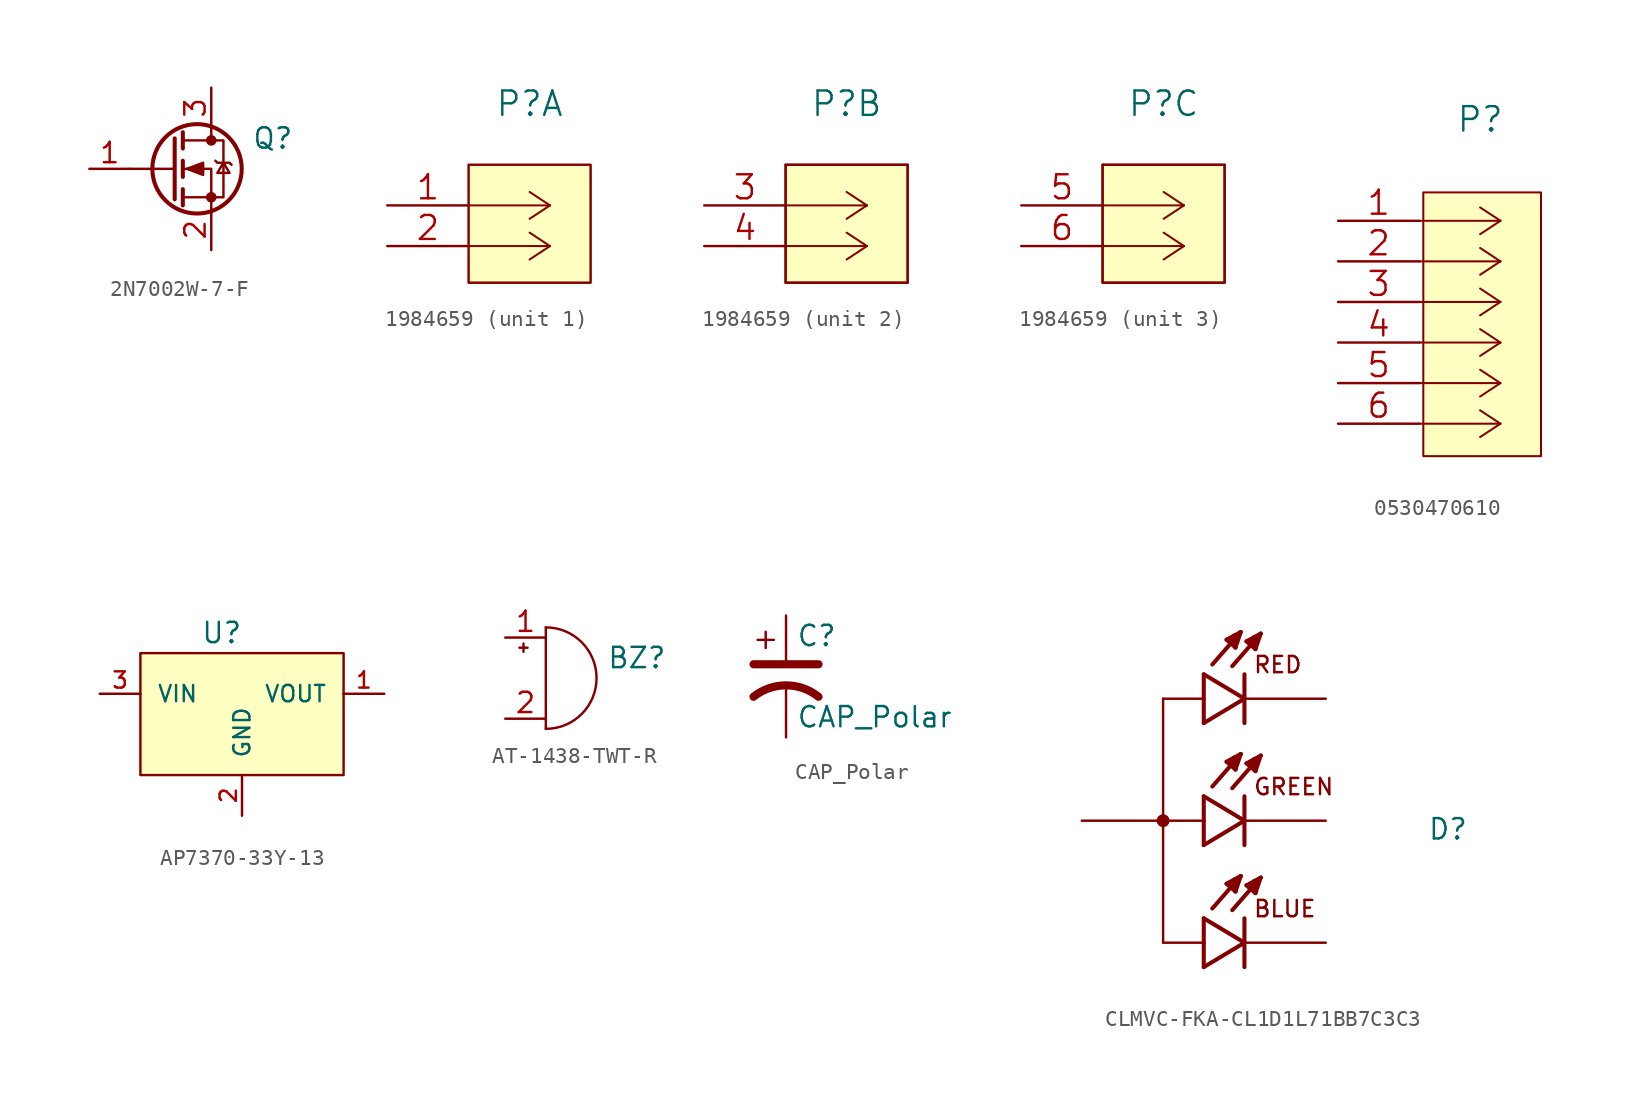
<source format=kicad_sym>
(kicad_symbol_lib
  (version 20220914)
  (generator kicad_symbol_editor)
  (symbol "2N7002W-7-F"
    (pin_names hide)
    (property "Reference" "Q"
      (at 5.08 1.905 0)
      (effects (font (size 1.27 1.27)) (justify left)))
    (symbol "2N7002W-7-F_0_1"
      (polyline (pts (xy 0.254 0) (xy -2.54 0)) (stroke (width 0) (type default)) (fill (type none)))
      (polyline (pts (xy 0.254 1.905) (xy 0.254 -1.905)) (stroke (width 0.254) (type default)) (fill (type none)))
      (polyline (pts (xy 0.762 -1.27) (xy 0.762 -2.286)) (stroke (width 0.254) (type default)) (fill (type none)))
      (polyline (pts (xy 0.762 0.508) (xy 0.762 -0.508)) (stroke (width 0.254) (type default)) (fill (type none)))
      (polyline (pts (xy 0.762 2.286) (xy 0.762 1.27)) (stroke (width 0.254) (type default)) (fill (type none)))
      (polyline (pts (xy 2.54 2.54) (xy 2.54 1.778)) (stroke (width 0) (type default)) (fill (type none)))
      (polyline (pts (xy 2.54 -2.54) (xy 2.54 0) (xy 0.762 0)) (stroke (width 0) (type default)) (fill (type none)))
      (polyline (pts (xy 0.762 -1.778) (xy 3.302 -1.778) (xy 3.302 1.778) (xy 0.762 1.778)) (stroke (width 0) (type default)) (fill (type none)))
      (polyline (pts (xy 1.016 0) (xy 2.032 0.381) (xy 2.032 -0.381) (xy 1.016 0)) (stroke (width 0) (type default)) (fill (type outline)))
      (polyline (pts (xy 2.794 0.508) (xy 2.921 0.381) (xy 3.683 0.381) (xy 3.81 0.254)) (stroke (width 0) (type default)) (fill (type none)))
      (polyline (pts (xy 3.302 0.381) (xy 2.921 -0.254) (xy 3.683 -0.254) (xy 3.302 0.381)) (stroke (width 0) (type default)) (fill (type none)))
      (circle (center 1.651 0) (radius 2.794) (stroke (width 0.254) (type default)) (fill (type none)))
      (circle (center 2.54 -1.778) (radius 0.254) (stroke (width 0) (type default)) (fill (type outline)))
      (circle (center 2.54 1.778) (radius 0.254) (stroke (width 0) (type default)) (fill (type outline))))
    (symbol "2N7002W-7-F_1_1"
      (pin input line (at -5.08 0 0) (length 2.54) (name "G" (effects (font (size 1.27 1.27)))) (number "1" (effects (font (size 1.27 1.27)))))
      (pin passive line (at 2.54 -5.08 90) (length 2.54) (name "S" (effects (font (size 1.27 1.27)))) (number "2" (effects (font (size 1.27 1.27)))))
      (pin passive line (at 2.54 5.08 270) (length 2.54) (name "D" (effects (font (size 1.27 1.27)))) (number "3" (effects (font (size 1.27 1.27)))))))
  (symbol "1984659"
    (pin_names
      (offset 0.254) hide)
    (property "Reference" "P"
      (at 8.89 6.35 0)
      (effects (font (size 1.524 1.524))))
    (symbol "1984659_0_1"
      (rectangle (start 5.08 2.54) (end 12.7 -4.826) (stroke (width 0.152) (type default)) (fill (type background))))
    (symbol "1984659_1_1"
      (polyline (pts (xy 10.16 -2.54) (xy 5.08 -2.54)) (stroke (width 0.127) (type default)) (fill (type none)))
      (polyline (pts (xy 10.16 -2.54) (xy 8.89 -3.378)) (stroke (width 0.127) (type default)) (fill (type none)))
      (polyline (pts (xy 10.16 -2.54) (xy 8.89 -1.702)) (stroke (width 0.127) (type default)) (fill (type none)))
      (polyline (pts (xy 10.16 0) (xy 5.08 0)) (stroke (width 0.127) (type default)) (fill (type none)))
      (polyline (pts (xy 10.16 0) (xy 8.89 -0.838)) (stroke (width 0.127) (type default)) (fill (type none)))
      (polyline (pts (xy 10.16 0) (xy 8.89 0.838)) (stroke (width 0.127) (type default)) (fill (type none)))
      (pin passive line (at 0 0 0) (length 5.08) (name "5" (effects (font (size 1.499 1.499)))) (number "1" (effects (font (size 1.499 1.499)))))
      (pin passive line (at 0 -2.54 0) (length 5.08) (name "6" (effects (font (size 1.499 1.499)))) (number "2" (effects (font (size 1.499 1.499))))))
    (symbol "1984659_2_1"
      (polyline (pts (xy 5.08 2.54) (xy 5.08 -4.826)) (stroke (width 0.127) (type default)) (fill (type none)))
      (polyline (pts (xy 10.16 -2.54) (xy 5.08 -2.54)) (stroke (width 0.127) (type default)) (fill (type none)))
      (polyline (pts (xy 10.16 -2.54) (xy 8.89 -3.378)) (stroke (width 0.127) (type default)) (fill (type none)))
      (polyline (pts (xy 10.16 -2.54) (xy 8.89 -1.702)) (stroke (width 0.127) (type default)) (fill (type none)))
      (polyline (pts (xy 10.16 0) (xy 5.08 0)) (stroke (width 0.127) (type default)) (fill (type none)))
      (polyline (pts (xy 10.16 0) (xy 8.89 -0.838)) (stroke (width 0.127) (type default)) (fill (type none)))
      (polyline (pts (xy 10.16 0) (xy 8.89 0.838)) (stroke (width 0.127) (type default)) (fill (type none)))
      (polyline (pts (xy 12.7 -4.826) (xy 12.7 2.54)) (stroke (width 0.127) (type default)) (fill (type none)))
      (polyline (pts (xy 12.7 2.54) (xy 5.08 2.54)) (stroke (width 0.127) (type default)) (fill (type none)))
      (polyline (pts (xy 5.08 -4.826) (xy 8.382 -4.826) (xy 12.7 -4.826)) (stroke (width 0.127) (type default)) (fill (type none)))
      (pin passive line (at 0 0 0) (length 5.08) (name "5" (effects (font (size 1.499 1.499)))) (number "3" (effects (font (size 1.499 1.499)))))
      (pin passive line (at 0 -2.54 0) (length 5.08) (name "6" (effects (font (size 1.499 1.499)))) (number "4" (effects (font (size 1.499 1.499))))))
    (symbol "1984659_3_1"
      (polyline (pts (xy 5.08 2.54) (xy 5.08 -4.826)) (stroke (width 0.127) (type default)) (fill (type none)))
      (polyline (pts (xy 10.16 -2.54) (xy 5.08 -2.54)) (stroke (width 0.127) (type default)) (fill (type none)))
      (polyline (pts (xy 10.16 -2.54) (xy 8.89 -3.378)) (stroke (width 0.127) (type default)) (fill (type none)))
      (polyline (pts (xy 10.16 -2.54) (xy 8.89 -1.702)) (stroke (width 0.127) (type default)) (fill (type none)))
      (polyline (pts (xy 10.16 0) (xy 5.08 0)) (stroke (width 0.127) (type default)) (fill (type none)))
      (polyline (pts (xy 10.16 0) (xy 8.89 -0.838)) (stroke (width 0.127) (type default)) (fill (type none)))
      (polyline (pts (xy 10.16 0) (xy 8.89 0.838)) (stroke (width 0.127) (type default)) (fill (type none)))
      (polyline (pts (xy 12.7 -4.826) (xy 12.7 2.54)) (stroke (width 0.127) (type default)) (fill (type none)))
      (polyline (pts (xy 12.7 2.54) (xy 5.08 2.54)) (stroke (width 0.127) (type default)) (fill (type none)))
      (polyline (pts (xy 5.08 -4.826) (xy 8.382 -4.826) (xy 12.7 -4.826)) (stroke (width 0.127) (type default)) (fill (type none)))
      (pin passive line (at 0 0 0) (length 5.08) (name "5" (effects (font (size 1.499 1.499)))) (number "5" (effects (font (size 1.499 1.499)))))
      (pin passive line (at 0 -2.54 0) (length 5.08) (name "6" (effects (font (size 1.499 1.499)))) (number "6" (effects (font (size 1.499 1.499)))))))
  (symbol "0530470610"
    (pin_names
      (offset 0.254) hide)
    (property "Reference" "P"
      (at 8.89 6.35 0)
      (effects (font (size 1.524 1.524))))
    (symbol "0530470610_1_1"
      (polyline (pts (xy 10.16 -12.7) (xy 5.08 -12.7)) (stroke (width 0.127) (type default)) (fill (type none)))
      (polyline (pts (xy 10.16 -12.7) (xy 8.89 -13.538)) (stroke (width 0.127) (type default)) (fill (type none)))
      (polyline (pts (xy 10.16 -12.7) (xy 8.89 -11.862)) (stroke (width 0.127) (type default)) (fill (type none)))
      (polyline (pts (xy 10.16 -10.16) (xy 5.08 -10.16)) (stroke (width 0.127) (type default)) (fill (type none)))
      (polyline (pts (xy 10.16 -10.16) (xy 8.89 -10.998)) (stroke (width 0.127) (type default)) (fill (type none)))
      (polyline (pts (xy 10.16 -10.16) (xy 8.89 -9.322)) (stroke (width 0.127) (type default)) (fill (type none)))
      (polyline (pts (xy 10.16 -7.62) (xy 5.08 -7.62)) (stroke (width 0.127) (type default)) (fill (type none)))
      (polyline (pts (xy 10.16 -7.62) (xy 8.89 -8.458)) (stroke (width 0.127) (type default)) (fill (type none)))
      (polyline (pts (xy 10.16 -7.62) (xy 8.89 -6.782)) (stroke (width 0.127) (type default)) (fill (type none)))
      (polyline (pts (xy 10.16 -5.08) (xy 5.08 -5.08)) (stroke (width 0.127) (type default)) (fill (type none)))
      (polyline (pts (xy 10.16 -5.08) (xy 8.89 -5.918)) (stroke (width 0.127) (type default)) (fill (type none)))
      (polyline (pts (xy 10.16 -5.08) (xy 8.89 -4.242)) (stroke (width 0.127) (type default)) (fill (type none)))
      (polyline (pts (xy 10.16 -2.54) (xy 5.08 -2.54)) (stroke (width 0.127) (type default)) (fill (type none)))
      (polyline (pts (xy 10.16 -2.54) (xy 8.89 -3.378)) (stroke (width 0.127) (type default)) (fill (type none)))
      (polyline (pts (xy 10.16 -2.54) (xy 8.89 -1.702)) (stroke (width 0.127) (type default)) (fill (type none)))
      (polyline (pts (xy 10.16 0) (xy 5.08 0)) (stroke (width 0.127) (type default)) (fill (type none)))
      (polyline (pts (xy 10.16 0) (xy 8.89 -0.838)) (stroke (width 0.127) (type default)) (fill (type none)))
      (polyline (pts (xy 10.16 0) (xy 8.89 0.838)) (stroke (width 0.127) (type default)) (fill (type none)))
      (rectangle (start 5.334 1.778) (end 12.7 -14.732) (stroke (width 0.127) (type default)) (fill (type background)))
      (pin passive line (at 0 0 0) (length 5.08) (name "1" (effects (font (size 1.499 1.499)))) (number "1" (effects (font (size 1.499 1.499)))))
      (pin passive line (at 0 -2.54 0) (length 5.08) (name "2" (effects (font (size 1.499 1.499)))) (number "2" (effects (font (size 1.499 1.499)))))
      (pin passive line (at 0 -5.08 0) (length 5.08) (name "3" (effects (font (size 1.499 1.499)))) (number "3" (effects (font (size 1.499 1.499)))))
      (pin passive line (at 0 -7.62 0) (length 5.08) (name "4" (effects (font (size 1.499 1.499)))) (number "4" (effects (font (size 1.499 1.499)))))
      (pin passive line (at 0 -10.16 0) (length 5.08) (name "5" (effects (font (size 1.499 1.499)))) (number "5" (effects (font (size 1.499 1.499)))))
      (pin passive line (at 0 -12.7 0) (length 5.08) (name "6" (effects (font (size 1.499 1.499)))) (number "6" (effects (font (size 1.499 1.499)))))))
  (symbol "AP7370-33Y-13"
    (pin_names
      (offset 1.016))
    (property "Reference" "U"
      (at -1.27 5.08 0)
      (effects (font (size 1.27 1.27))))
    (symbol "AP7370-33Y-13_0_1"
      (rectangle (start -6.35 3.81) (end 6.35 -3.81) (stroke (width 0) (type default)) (fill (type background))))
    (symbol "AP7370-33Y-13_1_1"
      (pin power_out line (at 8.89 1.27 180) (length 2.54) (name "VOUT" (effects (font (size 1.016 1.016)))) (number "1" (effects (font (size 1.016 1.016)))))
      (pin input line (at 0 -6.35 90) (length 2.54) (name "GND" (effects (font (size 1.016 1.016)))) (number "2" (effects (font (size 1.016 1.016)))))
      (pin input line (at -8.89 1.27 0) (length 2.54) (name "VIN" (effects (font (size 1.016 1.016)))) (number "3" (effects (font (size 1.016 1.016)))))))
  (symbol "AT-1438-TWT-R"
    (pin_names
      (offset 0.025) hide)
    (property "Reference" "BZ"
      (at 3.81 1.27 0)
      (effects (font (size 1.27 1.27)) (justify left)))
    (symbol "AT-1438-TWT-R_0_1"
      (arc (start 0 -3.175) (mid 3.1612 0) (end 0 3.175) (stroke (width 0) (type default)) (fill (type none)))
      (polyline (pts (xy -1.651 1.905) (xy -1.143 1.905)) (stroke (width 0) (type default)) (fill (type none)))
      (polyline (pts (xy -1.397 2.159) (xy -1.397 1.651)) (stroke (width 0) (type default)) (fill (type none)))
      (polyline (pts (xy 0 3.175) (xy 0 -3.175)) (stroke (width 0) (type default)) (fill (type none))))
    (symbol "AT-1438-TWT-R_1_1"
      (pin passive line (at -2.54 2.54 0) (length 2.54) (name "-" (effects (font (size 1.27 1.27)))) (number "1" (effects (font (size 1.27 1.27)))))
      (pin passive line (at -2.54 -2.54 0) (length 2.54) (name "+" (effects (font (size 1.27 1.27)))) (number "2" (effects (font (size 1.27 1.27)))))))
  (symbol "CAP_Polar"
    (pin_numbers hide)
    (pin_names
      (offset 0.254) hide)
    (property "Reference" "C"
      (at 0.635 2.54 0)
      (effects (font (size 1.27 1.27)) (justify left)))
    (property "Value" "CAP_Polar"
      (at 0.635 -2.54 0)
      (effects (font (size 1.27 1.27)) (justify left)))
    (symbol "CAP_Polar_0_1"
      (polyline (pts (xy -2.032 0.762) (xy 2.032 0.762)) (stroke (width 0.508) (type default)) (fill (type none)))
      (polyline (pts (xy -1.778 2.286) (xy -0.762 2.286)) (stroke (width 0) (type default)) (fill (type none)))
      (polyline (pts (xy -1.27 1.778) (xy -1.27 2.794)) (stroke (width 0) (type default)) (fill (type none)))
      (arc (start 2.032 -1.27) (mid 0 -0.5572) (end -2.032 -1.27) (stroke (width 0.508) (type default)) (fill (type none))))
    (symbol "CAP_Polar_1_1"
      (pin passive line (at 0 3.81 270) (length 2.794) (name "~" (effects (font (size 1.27 1.27)))) (number "1" (effects (font (size 1.27 1.27)))))
      (pin passive line (at 0 -3.81 90) (length 3.302) (name "~" (effects (font (size 1.27 1.27)))) (number "2" (effects (font (size 1.27 1.27)))))))
  (symbol "CLMVC-FKA-CL1D1L71BB7C3C3"
    (pin_numbers hide)
    (pin_names
      (offset 1.016) hide)
    (property "Reference" "D"
      (at 13.97 -1.27 0)
      (effects (font (size 1.27 1.27)) (justify left bottom)))
    (symbol "CLMVC-FKA-CL1D1L71BB7C3C3_0_0"
      (circle (center -2.54 0) (radius 0.203) (stroke (width 0.406) (type default)) (fill (type none)))
      (polyline (pts (xy -2.54 -7.62) (xy 0 -7.62)) (stroke (width 0.152) (type default)) (fill (type none)))
      (polyline (pts (xy -2.54 0) (xy -2.54 -7.62)) (stroke (width 0.152) (type default)) (fill (type none)))
      (polyline (pts (xy -2.54 7.62) (xy -2.54 0)) (stroke (width 0.152) (type default)) (fill (type none)))
      (polyline (pts (xy 0 -9.144) (xy 2.54 -7.62)) (stroke (width 0.254) (type default)) (fill (type none)))
      (polyline (pts (xy 0 -7.62) (xy 0 -9.144)) (stroke (width 0.254) (type default)) (fill (type none)))
      (polyline (pts (xy 0 -6.096) (xy 0 -7.62)) (stroke (width 0.254) (type default)) (fill (type none)))
      (polyline (pts (xy 0 -1.524) (xy 2.54 0)) (stroke (width 0.254) (type default)) (fill (type none)))
      (polyline (pts (xy 0 0) (xy -2.54 0)) (stroke (width 0.152) (type default)) (fill (type none)))
      (polyline (pts (xy 0 0) (xy 0 -1.524)) (stroke (width 0.254) (type default)) (fill (type none)))
      (polyline (pts (xy 0 1.524) (xy 0 0)) (stroke (width 0.254) (type default)) (fill (type none)))
      (polyline (pts (xy 0 6.096) (xy 2.54 7.62)) (stroke (width 0.254) (type default)) (fill (type none)))
      (polyline (pts (xy 0 7.62) (xy -2.54 7.62)) (stroke (width 0.152) (type default)) (fill (type none)))
      (polyline (pts (xy 0 7.62) (xy 0 6.096)) (stroke (width 0.254) (type default)) (fill (type none)))
      (polyline (pts (xy 0 9.144) (xy 0 7.62)) (stroke (width 0.254) (type default)) (fill (type none)))
      (polyline (pts (xy 1.422 -3.937) (xy 2.311 -3.454)) (stroke (width 0.254) (type default)) (fill (type none)))
      (polyline (pts (xy 1.422 3.683) (xy 2.311 4.166)) (stroke (width 0.254) (type default)) (fill (type none)))
      (polyline (pts (xy 1.422 11.303) (xy 2.311 11.786)) (stroke (width 0.254) (type default)) (fill (type none)))
      (polyline (pts (xy 1.6 -4.013) (xy 1.829 -3.861)) (stroke (width 0.254) (type default)) (fill (type none)))
      (polyline (pts (xy 1.6 3.607) (xy 1.829 3.759)) (stroke (width 0.254) (type default)) (fill (type none)))
      (polyline (pts (xy 1.6 11.227) (xy 1.829 11.379)) (stroke (width 0.254) (type default)) (fill (type none)))
      (polyline (pts (xy 1.981 -4.42) (xy 1.422 -3.937)) (stroke (width 0.254) (type default)) (fill (type none)))
      (polyline (pts (xy 1.981 -4.42) (xy 2.007 -3.683)) (stroke (width 0.254) (type default)) (fill (type none)))
      (polyline (pts (xy 1.981 3.2) (xy 1.422 3.683)) (stroke (width 0.254) (type default)) (fill (type none)))
      (polyline (pts (xy 1.981 3.2) (xy 2.007 3.937)) (stroke (width 0.254) (type default)) (fill (type none)))
      (polyline (pts (xy 1.981 10.82) (xy 1.422 11.303)) (stroke (width 0.254) (type default)) (fill (type none)))
      (polyline (pts (xy 1.981 10.82) (xy 2.007 11.557)) (stroke (width 0.254) (type default)) (fill (type none)))
      (polyline (pts (xy 2.007 -3.683) (xy 1.88 -3.683)) (stroke (width 0.254) (type default)) (fill (type none)))
      (polyline (pts (xy 2.007 3.937) (xy 1.88 3.937)) (stroke (width 0.254) (type default)) (fill (type none)))
      (polyline (pts (xy 2.007 11.557) (xy 1.88 11.557)) (stroke (width 0.254) (type default)) (fill (type none)))
      (polyline (pts (xy 2.311 -3.454) (xy 0.533 -5.486)) (stroke (width 0.254) (type default)) (fill (type none)))
      (polyline (pts (xy 2.311 -3.454) (xy 1.981 -4.42)) (stroke (width 0.254) (type default)) (fill (type none)))
      (polyline (pts (xy 2.311 4.166) (xy 0.533 2.134)) (stroke (width 0.254) (type default)) (fill (type none)))
      (polyline (pts (xy 2.311 4.166) (xy 1.981 3.2)) (stroke (width 0.254) (type default)) (fill (type none)))
      (polyline (pts (xy 2.311 11.786) (xy 0.533 9.754)) (stroke (width 0.254) (type default)) (fill (type none)))
      (polyline (pts (xy 2.311 11.786) (xy 1.981 10.82)) (stroke (width 0.254) (type default)) (fill (type none)))
      (polyline (pts (xy 2.54 -7.62) (xy 0 -6.096)) (stroke (width 0.254) (type default)) (fill (type none)))
      (polyline (pts (xy 2.54 -6.096) (xy 2.54 -9.144)) (stroke (width 0.254) (type default)) (fill (type none)))
      (polyline (pts (xy 2.54 0) (xy 0 1.524)) (stroke (width 0.254) (type default)) (fill (type none)))
      (polyline (pts (xy 2.54 1.524) (xy 2.54 -1.524)) (stroke (width 0.254) (type default)) (fill (type none)))
      (polyline (pts (xy 2.54 7.62) (xy 0 9.144)) (stroke (width 0.254) (type default)) (fill (type none)))
      (polyline (pts (xy 2.54 9.144) (xy 2.54 6.096)) (stroke (width 0.254) (type default)) (fill (type none)))
      (polyline (pts (xy 2.667 -4.039) (xy 3.556 -3.556)) (stroke (width 0.254) (type default)) (fill (type none)))
      (polyline (pts (xy 2.667 3.581) (xy 3.556 4.064)) (stroke (width 0.254) (type default)) (fill (type none)))
      (polyline (pts (xy 2.667 11.201) (xy 3.556 11.684)) (stroke (width 0.254) (type default)) (fill (type none)))
      (polyline (pts (xy 2.845 -4.115) (xy 3.073 -3.962)) (stroke (width 0.254) (type default)) (fill (type none)))
      (polyline (pts (xy 2.845 3.505) (xy 3.073 3.658)) (stroke (width 0.254) (type default)) (fill (type none)))
      (polyline (pts (xy 2.845 11.125) (xy 3.073 11.278)) (stroke (width 0.254) (type default)) (fill (type none)))
      (polyline (pts (xy 3.226 -4.521) (xy 2.667 -4.039)) (stroke (width 0.254) (type default)) (fill (type none)))
      (polyline (pts (xy 3.226 -4.521) (xy 3.251 -3.785)) (stroke (width 0.254) (type default)) (fill (type none)))
      (polyline (pts (xy 3.226 3.099) (xy 2.667 3.581)) (stroke (width 0.254) (type default)) (fill (type none)))
      (polyline (pts (xy 3.226 3.099) (xy 3.251 3.835)) (stroke (width 0.254) (type default)) (fill (type none)))
      (polyline (pts (xy 3.226 10.719) (xy 2.667 11.201)) (stroke (width 0.254) (type default)) (fill (type none)))
      (polyline (pts (xy 3.226 10.719) (xy 3.251 11.455)) (stroke (width 0.254) (type default)) (fill (type none)))
      (polyline (pts (xy 3.251 -3.785) (xy 3.124 -3.785)) (stroke (width 0.254) (type default)) (fill (type none)))
      (polyline (pts (xy 3.251 3.835) (xy 3.124 3.835)) (stroke (width 0.254) (type default)) (fill (type none)))
      (polyline (pts (xy 3.251 11.455) (xy 3.124 11.455)) (stroke (width 0.254) (type default)) (fill (type none)))
      (polyline (pts (xy 3.556 -3.556) (xy 1.778 -5.588)) (stroke (width 0.254) (type default)) (fill (type none)))
      (polyline (pts (xy 3.556 -3.556) (xy 3.226 -4.521)) (stroke (width 0.254) (type default)) (fill (type none)))
      (polyline (pts (xy 3.556 4.064) (xy 1.778 2.032)) (stroke (width 0.254) (type default)) (fill (type none)))
      (polyline (pts (xy 3.556 4.064) (xy 3.226 3.099)) (stroke (width 0.254) (type default)) (fill (type none)))
      (polyline (pts (xy 3.556 11.684) (xy 1.778 9.652)) (stroke (width 0.254) (type default)) (fill (type none)))
      (polyline (pts (xy 3.556 11.684) (xy 3.226 10.719)) (stroke (width 0.254) (type default)) (fill (type none)))
      (text "BLUE" (at 3.048 -6.096 0) (effects (font (size 1.016 1.016)) (justify left bottom)))
      (text "GREEN" (at 3.048 1.524 0) (effects (font (size 1.016 1.016)) (justify left bottom)))
      (text "RED" (at 3.048 9.144 0) (effects (font (size 1.016 1.016)) (justify left bottom)))
      (pin passive line (at -7.62 0 0) (length 5.08) (name "~" (effects (font (size 1.016 1.016)))) (number "1" (effects (font (size 1.016 1.016)))))
      (pin passive line (at 7.62 -7.62 180) (length 5.08) (name "~" (effects (font (size 1.016 1.016)))) (number "2" (effects (font (size 1.016 1.016)))))
      (pin passive line (at 7.62 0 180) (length 5.08) (name "~" (effects (font (size 1.016 1.016)))) (number "3" (effects (font (size 1.016 1.016)))))
      (pin passive line (at 7.62 7.62 180) (length 5.08) (name "~" (effects (font (size 1.016 1.016)))) (number "4" (effects (font (size 1.016 1.016))))))))
</source>
